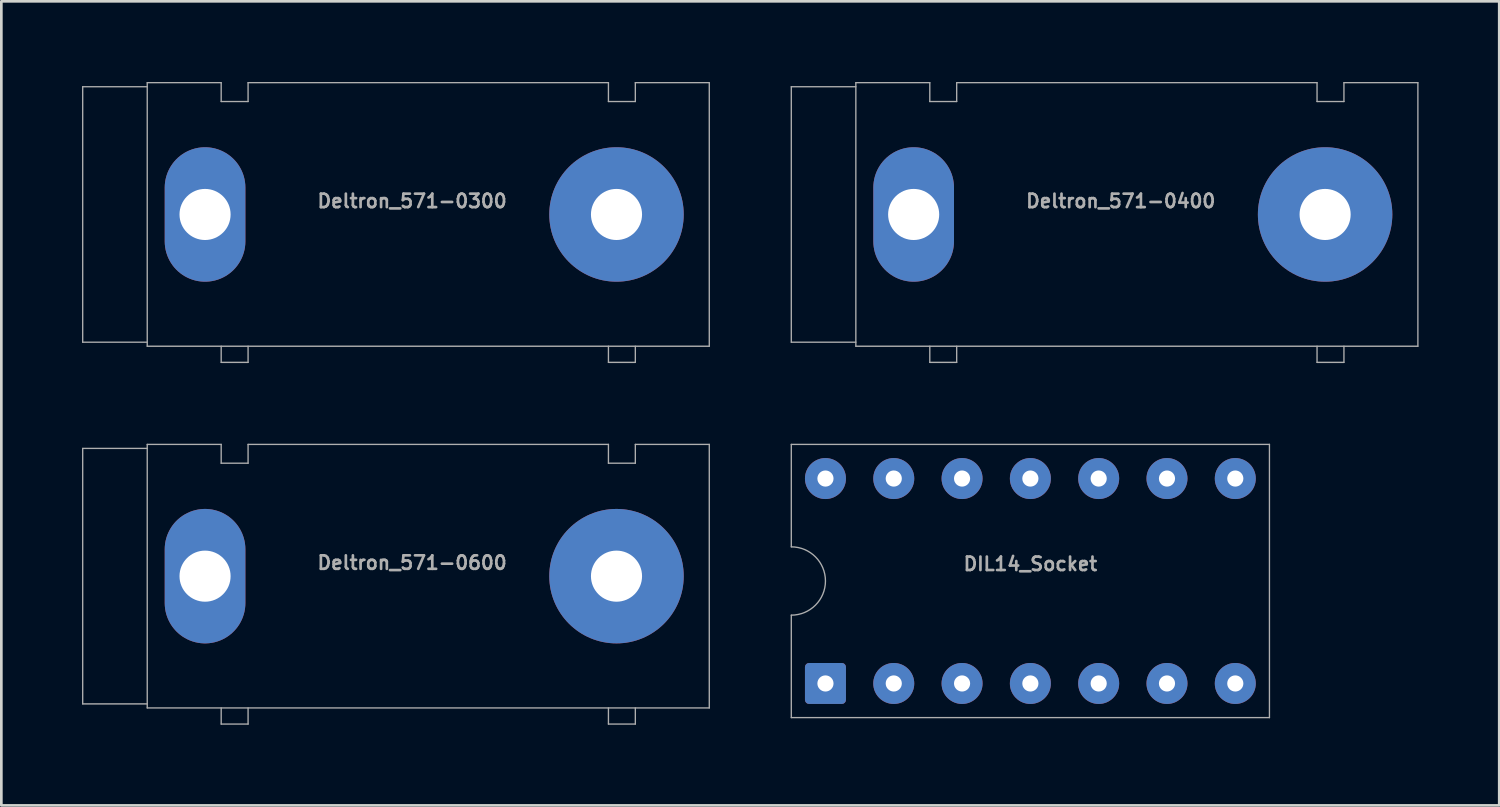
<source format=kicad_pcb>
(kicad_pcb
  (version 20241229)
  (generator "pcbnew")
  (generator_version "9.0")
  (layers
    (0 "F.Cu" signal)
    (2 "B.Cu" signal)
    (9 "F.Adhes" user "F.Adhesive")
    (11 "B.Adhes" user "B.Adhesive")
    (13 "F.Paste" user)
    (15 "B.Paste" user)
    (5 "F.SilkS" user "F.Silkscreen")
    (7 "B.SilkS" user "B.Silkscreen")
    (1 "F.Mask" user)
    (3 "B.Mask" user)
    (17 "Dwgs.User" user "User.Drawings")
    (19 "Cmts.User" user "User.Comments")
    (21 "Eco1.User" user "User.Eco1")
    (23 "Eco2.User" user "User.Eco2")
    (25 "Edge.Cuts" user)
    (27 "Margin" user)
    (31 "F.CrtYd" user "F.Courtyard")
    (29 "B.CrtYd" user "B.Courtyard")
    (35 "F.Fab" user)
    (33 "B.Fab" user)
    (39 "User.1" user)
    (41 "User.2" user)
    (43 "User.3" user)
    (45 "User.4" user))
  (footprint "DIL14_Socket"
    (layer "F.Cu")
    (at 35.265 18.555)
    (property "Reference" "DIL14_Socket" (at 0 -0.635 0) (layer "F.Fab") (effects (font (size 0.5 0.5) (thickness 0.1))))
    (attr through_hole)
    (fp_line (start -8.89 -5.08) (end 8.89 -5.08) (stroke (width 0.05) (type solid)) (layer "F.Fab"))
    (fp_line (start -8.89 -1.27) (end -8.89 -5.08) (stroke (width 0.05) (type solid)) (layer "F.Fab"))
    (fp_line (start -8.89 1.27) (end -8.89 5.08) (stroke (width 0.05) (type solid)) (layer "F.Fab"))
    (fp_line (start 8.89 -5.08) (end 8.89 5.08) (stroke (width 0.05) (type solid)) (layer "F.Fab"))
    (fp_line (start 8.89 5.08) (end -8.89 5.08) (stroke (width 0.05) (type solid)) (layer "F.Fab"))
    (fp_arc (start -8.89 -1.27) (mid -7.62 0) (end -8.89 1.27) (stroke (width 0.05) (type solid)) (layer "F.Fab"))
    (pad "1" thru_hole roundrect (at -7.62 3.81) (size 1.524 1.524) (drill 0.6) (layers "*.Cu" "*.Mask") (roundrect_rratio 0.1))
    (pad "2" thru_hole circle (at -5.08 3.81) (size 1.524 1.524) (drill 0.6) (layers "*.Cu" "*.Mask"))
    (pad "3" thru_hole circle (at -2.54 3.81) (size 1.524 1.524) (drill 0.6) (layers "*.Cu" "*.Mask"))
    (pad "4" thru_hole circle (at 0 3.81) (size 1.524 1.524) (drill 0.6) (layers "*.Cu" "*.Mask"))
    (pad "5" thru_hole circle (at 2.54 3.81) (size 1.524 1.524) (drill 0.6) (layers "*.Cu" "*.Mask"))
    (pad "6" thru_hole circle (at 5.08 3.81) (size 1.524 1.524) (drill 0.6) (layers "*.Cu" "*.Mask"))
    (pad "7" thru_hole circle (at 7.62 3.81) (size 1.524 1.524) (drill 0.6) (layers "*.Cu" "*.Mask"))
    (pad "8" thru_hole circle (at 7.62 -3.81) (size 1.524 1.524) (drill 0.6) (layers "*.Cu" "*.Mask"))
    (pad "9" thru_hole circle (at 5.08 -3.81) (size 1.524 1.524) (drill 0.6) (layers "*.Cu" "*.Mask"))
    (pad "10" thru_hole circle (at 2.54 -3.81) (size 1.524 1.524) (drill 0.6) (layers "*.Cu" "*.Mask"))
    (pad "11" thru_hole circle (at 0 -3.81) (size 1.524 1.524) (drill 0.6) (layers "*.Cu" "*.Mask"))
    (pad "12" thru_hole circle (at -2.54 -3.81) (size 1.524 1.524) (drill 0.6) (layers "*.Cu" "*.Mask"))
    (pad "13" thru_hole circle (at -5.08 -3.81) (size 1.524 1.524) (drill 0.6) (layers "*.Cu" "*.Mask"))
    (pad "14" thru_hole circle (at -7.62 -3.81) (size 1.524 1.524) (drill 0.6) (layers "*.Cu" "*.Mask")))
  (footprint "Deltron_571-0600"
    (layer "F.Cu")
    (at 12.225 18.375)
    (property "Reference" "Deltron_571-0600" (at 0.05 -0.5 0) (layer "F.Fab") (effects (font (size 0.5 0.5) (thickness 0.1))))
    (attr through_hole)
    (fp_line (start -12.2 -4.75) (end -12.2 4.75) (stroke (width 0.05) (type solid)) (layer "F.Fab"))
    (fp_line (start -12.2 4.75) (end -9.8 4.75) (stroke (width 0.05) (type solid)) (layer "F.Fab"))
    (fp_line (start -9.8 -4.9) (end -7.05 -4.9) (stroke (width 0.05) (type solid)) (layer "F.Fab"))
    (fp_line (start -9.8 -4.75) (end -12.2 -4.75) (stroke (width 0.05) (type solid)) (layer "F.Fab"))
    (fp_line (start -9.8 4.9) (end -9.8 -4.9) (stroke (width 0.05) (type solid)) (layer "F.Fab"))
    (fp_line (start -7.05 -4.2) (end -7.05 -4.9) (stroke (width 0.05) (type solid)) (layer "F.Fab"))
    (fp_line (start -7.05 5.5) (end -7.05 4.9) (stroke (width 0.05) (type solid)) (layer "F.Fab"))
    (fp_line (start -6.05 -4.9) (end -6.05 -4.2) (stroke (width 0.05) (type solid)) (layer "F.Fab"))
    (fp_line (start -6.05 -4.9) (end 7.35 -4.9) (stroke (width 0.05) (type solid)) (layer "F.Fab"))
    (fp_line (start -6.05 -4.2) (end -7.05 -4.2) (stroke (width 0.05) (type solid)) (layer "F.Fab"))
    (fp_line (start -6.05 4.9) (end -6.05 5.5) (stroke (width 0.05) (type solid)) (layer "F.Fab"))
    (fp_line (start -6.05 5.5) (end -7.05 5.5) (stroke (width 0.05) (type solid)) (layer "F.Fab"))
    (fp_line (start 7.35 -4.2) (end 7.35 -4.9) (stroke (width 0.05) (type solid)) (layer "F.Fab"))
    (fp_line (start 7.35 5.5) (end 7.35 4.9) (stroke (width 0.05) (type solid)) (layer "F.Fab"))
    (fp_line (start 8.35 -4.9) (end 8.35 -4.2) (stroke (width 0.05) (type solid)) (layer "F.Fab"))
    (fp_line (start 8.35 -4.9) (end 11.1 -4.9) (stroke (width 0.05) (type solid)) (layer "F.Fab"))
    (fp_line (start 8.35 -4.2) (end 7.35 -4.2) (stroke (width 0.05) (type solid)) (layer "F.Fab"))
    (fp_line (start 8.35 4.9) (end 8.35 5.5) (stroke (width 0.05) (type solid)) (layer "F.Fab"))
    (fp_line (start 8.35 5.5) (end 7.35 5.5) (stroke (width 0.05) (type solid)) (layer "F.Fab"))
    (fp_line (start 11.1 -4.9) (end 11.1 4.9) (stroke (width 0.05) (type solid)) (layer "F.Fab"))
    (fp_line (start 11.1 4.9) (end -9.8 4.9) (stroke (width 0.05) (type solid)) (layer "F.Fab"))
    (pad "1" thru_hole oval (at -7.65 0) (size 3 5) (drill 1.9) (layers "*.Cu" "*.Mask"))
    (pad "2" thru_hole circle (at 7.65 0) (size 5 5) (drill 1.9) (layers "*.Cu" "*.Mask")))
  (footprint "Deltron_571-0300"
    (layer "F.Cu")
    (at 12.225 4.925)
    (property "Reference" "Deltron_571-0300" (at 0.05 -0.5 0) (layer "F.Fab") (effects (font (size 0.5 0.5) (thickness 0.1))))
    (attr through_hole)
    (fp_line (start -12.2 -4.75) (end -12.2 4.75) (stroke (width 0.05) (type solid)) (layer "F.Fab"))
    (fp_line (start -12.2 4.75) (end -9.8 4.75) (stroke (width 0.05) (type solid)) (layer "F.Fab"))
    (fp_line (start -9.8 -4.9) (end -7.05 -4.9) (stroke (width 0.05) (type solid)) (layer "F.Fab"))
    (fp_line (start -9.8 -4.75) (end -12.2 -4.75) (stroke (width 0.05) (type solid)) (layer "F.Fab"))
    (fp_line (start -9.8 4.9) (end -9.8 -4.9) (stroke (width 0.05) (type solid)) (layer "F.Fab"))
    (fp_line (start -7.05 -4.2) (end -7.05 -4.9) (stroke (width 0.05) (type solid)) (layer "F.Fab"))
    (fp_line (start -7.05 5.5) (end -7.05 4.9) (stroke (width 0.05) (type solid)) (layer "F.Fab"))
    (fp_line (start -6.05 -4.9) (end -6.05 -4.2) (stroke (width 0.05) (type solid)) (layer "F.Fab"))
    (fp_line (start -6.05 -4.9) (end 7.35 -4.9) (stroke (width 0.05) (type solid)) (layer "F.Fab"))
    (fp_line (start -6.05 -4.2) (end -7.05 -4.2) (stroke (width 0.05) (type solid)) (layer "F.Fab"))
    (fp_line (start -6.05 4.9) (end -6.05 5.5) (stroke (width 0.05) (type solid)) (layer "F.Fab"))
    (fp_line (start -6.05 5.5) (end -7.05 5.5) (stroke (width 0.05) (type solid)) (layer "F.Fab"))
    (fp_line (start 7.35 -4.2) (end 7.35 -4.9) (stroke (width 0.05) (type solid)) (layer "F.Fab"))
    (fp_line (start 7.35 5.5) (end 7.35 4.9) (stroke (width 0.05) (type solid)) (layer "F.Fab"))
    (fp_line (start 8.35 -4.9) (end 8.35 -4.2) (stroke (width 0.05) (type solid)) (layer "F.Fab"))
    (fp_line (start 8.35 -4.9) (end 11.1 -4.9) (stroke (width 0.05) (type solid)) (layer "F.Fab"))
    (fp_line (start 8.35 -4.2) (end 7.35 -4.2) (stroke (width 0.05) (type solid)) (layer "F.Fab"))
    (fp_line (start 8.35 4.9) (end 8.35 5.5) (stroke (width 0.05) (type solid)) (layer "F.Fab"))
    (fp_line (start 8.35 5.5) (end 7.35 5.5) (stroke (width 0.05) (type solid)) (layer "F.Fab"))
    (fp_line (start 11.1 -4.9) (end 11.1 4.9) (stroke (width 0.05) (type solid)) (layer "F.Fab"))
    (fp_line (start 11.1 4.9) (end -9.8 4.9) (stroke (width 0.05) (type solid)) (layer "F.Fab"))
    (pad "1" thru_hole oval (at -7.65 0) (size 3 5) (drill 1.9) (layers "*.Cu" "*.Mask"))
    (pad "2" thru_hole circle (at 7.65 0) (size 5 5) (drill 1.9) (layers "*.Cu" "*.Mask")))
  (footprint "Deltron_571-0400"
    (layer "F.Cu")
    (at 38.575 4.925)
    (property "Reference" "Deltron_571-0400" (at 0.05 -0.5 0) (layer "F.Fab") (effects (font (size 0.5 0.5) (thickness 0.1))))
    (attr through_hole)
    (fp_line (start -12.2 -4.75) (end -12.2 4.75) (stroke (width 0.05) (type solid)) (layer "F.Fab"))
    (fp_line (start -12.2 4.75) (end -9.8 4.75) (stroke (width 0.05) (type solid)) (layer "F.Fab"))
    (fp_line (start -9.8 -4.9) (end -7.05 -4.9) (stroke (width 0.05) (type solid)) (layer "F.Fab"))
    (fp_line (start -9.8 -4.75) (end -12.2 -4.75) (stroke (width 0.05) (type solid)) (layer "F.Fab"))
    (fp_line (start -9.8 4.9) (end -9.8 -4.9) (stroke (width 0.05) (type solid)) (layer "F.Fab"))
    (fp_line (start -7.05 -4.2) (end -7.05 -4.9) (stroke (width 0.05) (type solid)) (layer "F.Fab"))
    (fp_line (start -7.05 5.5) (end -7.05 4.9) (stroke (width 0.05) (type solid)) (layer "F.Fab"))
    (fp_line (start -6.05 -4.9) (end -6.05 -4.2) (stroke (width 0.05) (type solid)) (layer "F.Fab"))
    (fp_line (start -6.05 -4.9) (end 7.35 -4.9) (stroke (width 0.05) (type solid)) (layer "F.Fab"))
    (fp_line (start -6.05 -4.2) (end -7.05 -4.2) (stroke (width 0.05) (type solid)) (layer "F.Fab"))
    (fp_line (start -6.05 4.9) (end -6.05 5.5) (stroke (width 0.05) (type solid)) (layer "F.Fab"))
    (fp_line (start -6.05 5.5) (end -7.05 5.5) (stroke (width 0.05) (type solid)) (layer "F.Fab"))
    (fp_line (start 7.35 -4.2) (end 7.35 -4.9) (stroke (width 0.05) (type solid)) (layer "F.Fab"))
    (fp_line (start 7.35 5.5) (end 7.35 4.9) (stroke (width 0.05) (type solid)) (layer "F.Fab"))
    (fp_line (start 8.35 -4.9) (end 8.35 -4.2) (stroke (width 0.05) (type solid)) (layer "F.Fab"))
    (fp_line (start 8.35 -4.9) (end 11.1 -4.9) (stroke (width 0.05) (type solid)) (layer "F.Fab"))
    (fp_line (start 8.35 -4.2) (end 7.35 -4.2) (stroke (width 0.05) (type solid)) (layer "F.Fab"))
    (fp_line (start 8.35 4.9) (end 8.35 5.5) (stroke (width 0.05) (type solid)) (layer "F.Fab"))
    (fp_line (start 8.35 5.5) (end 7.35 5.5) (stroke (width 0.05) (type solid)) (layer "F.Fab"))
    (fp_line (start 11.1 -4.9) (end 11.1 4.9) (stroke (width 0.05) (type solid)) (layer "F.Fab"))
    (fp_line (start 11.1 4.9) (end -9.8 4.9) (stroke (width 0.05) (type solid)) (layer "F.Fab"))
    (pad "1" thru_hole oval (at -7.65 0) (size 3 5) (drill 1.9) (layers "*.Cu" "*.Mask"))
    (pad "2" thru_hole circle (at 7.65 0) (size 5 5) (drill 1.9) (layers "*.Cu" "*.Mask")))
  (gr_rect
    (start -3 -3)
    (end 52.7 26.9)
    (stroke (width 0.1) (type default))
    (fill no)
    (layer "Edge.Cuts")))
</source>
